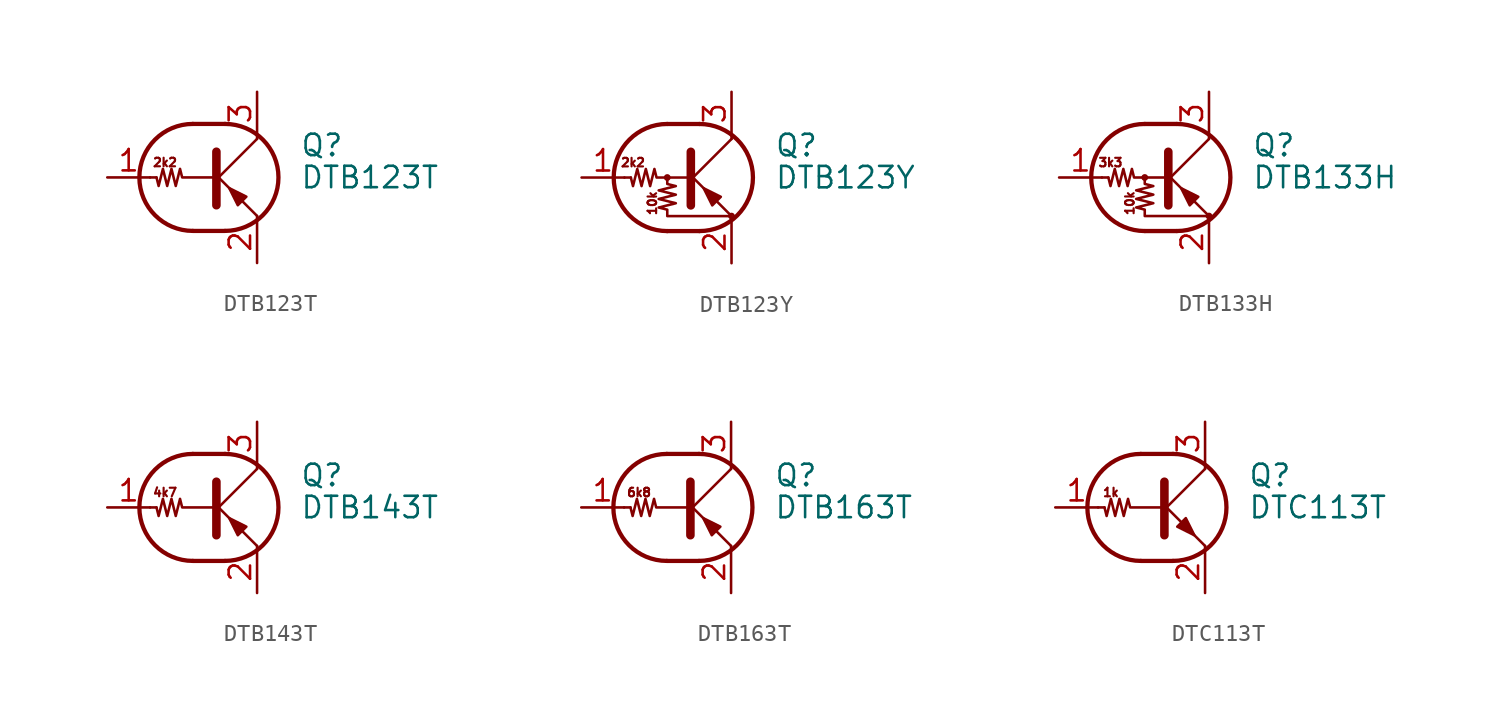
<source format=kicad_sym>
(kicad_symbol_lib
  (version 20201005)
  (generator kicad_symbol_editor)
  (symbol "Transistor_BJT:DTB123T"
    (pin_names
      (offset 0) hide)
    (property "Reference" "Q"
      (at 5.08 1.905 0)
      (effects (font (size 1.27 1.27)) (justify left)))
    (property "Value" "DTB123T"
      (at 5.08 0 0)
      (effects (font (size 1.27 1.27)) (justify left)))
    (symbol "DTB123T_0_0"
      (text "2k2" (at -2.921 0.889 0) (effects (font (size 0.508 0.508))))
      (polyline (pts (xy 2.54 -2.286) (xy 2.54 -2.54)) (stroke (width 0)) (fill (type none))))
    (symbol "DTB123T_0_1"
      (arc (start -1.27 3.175) (end -1.27 -3.175) (radius (at -1.27 0) (length 3.175) (angles 90.1 -90.1)) (stroke (width 0.254)) (fill (type none)))
      (arc (start 0.635 -3.175) (end 0.635 3.175) (radius (at 0.635 0) (length 3.175) (angles -89.9 89.9)) (stroke (width 0.254)) (fill (type none)))
      (polyline (pts (xy -3.429 0) (xy -3.81 0)) (stroke (width 0)) (fill (type none)))
      (polyline (pts (xy -1.27 -3.175) (xy 0.635 -3.175)) (stroke (width 0.254)) (fill (type none)))
      (polyline (pts (xy -1.27 3.175) (xy 0.635 3.175)) (stroke (width 0.254)) (fill (type none)))
      (polyline (pts (xy 0 -0.254) (xy 2.54 2.286)) (stroke (width 0)) (fill (type none)))
      (polyline (pts (xy 0.127 1.524) (xy 0.127 -1.651)) (stroke (width 0.508)) (fill (type outline)))
      (polyline (pts (xy 2.54 2.286) (xy 2.54 2.54)) (stroke (width 0)) (fill (type none)))
      (polyline (pts (xy 2.54 -2.286) (xy 0 0.254) (xy 0 0.254)) (stroke (width 0)) (fill (type none)))
      (polyline (pts (xy 1.397 -1.651) (xy 1.905 -1.143) (xy 0.889 -0.635) (xy 1.397 -1.651)) (stroke (width 0)) (fill (type outline)))
      (polyline (pts (xy 0 0) (xy -1.905 0) (xy -2.032 0.508) (xy -2.286 -0.508) (xy -2.54 0.508) (xy -2.794 -0.508) (xy -3.048 0.508) (xy -3.302 -0.508) (xy -3.429 0)) (stroke (width 0)) (fill (type none))))
    (symbol "DTB123T_1_1"
      (pin input line (at -6.35 0 0) (length 2.54) (name "B" (effects (font (size 1.27 1.27)))) (number "1" (effects (font (size 1.27 1.27)))))
      (pin passive line (at 2.54 -5.08 90) (length 2.54) (name "E" (effects (font (size 1.27 1.27)))) (number "2" (effects (font (size 1.27 1.27)))))
      (pin passive line (at 2.54 5.08 270) (length 2.54) (name "C" (effects (font (size 1.27 1.27)))) (number "3" (effects (font (size 1.27 1.27)))))))
  (symbol "Transistor_BJT:DTB123Y"
    (pin_names
      (offset 0) hide)
    (property "Reference" "Q"
      (at 5.08 1.905 0)
      (effects (font (size 1.27 1.27)) (justify left)))
    (property "Value" "DTB123Y"
      (at 5.08 0 0)
      (effects (font (size 1.27 1.27)) (justify left)))
    (symbol "DTB123Y_0_0"
      (text "10k" (at -2.159 -1.524 900) (effects (font (size 0.508 0.508))))
      (text "2k2" (at -3.302 0.889 0) (effects (font (size 0.508 0.508)))))
    (symbol "DTB123Y_0_1"
      (arc (start -1.27 3.175) (end -1.27 -3.175) (radius (at -1.27 0) (length 3.175) (angles 90.1 -90.1)) (stroke (width 0.254)) (fill (type none)))
      (arc (start 0.635 -3.175) (end 0.635 3.175) (radius (at 0.635 0) (length 3.175) (angles -89.9 89.9)) (stroke (width 0.254)) (fill (type none)))
      (circle (center -1.27 0) (radius 0.127) (stroke (width 0)) (fill (type none)))
      (circle (center 2.54 -2.286) (radius 0.127) (stroke (width 0)) (fill (type none)))
      (polyline (pts (xy -3.429 0) (xy -3.81 0)) (stroke (width 0)) (fill (type none)))
      (polyline (pts (xy -1.27 -3.175) (xy 0.635 -3.175)) (stroke (width 0.254)) (fill (type none)))
      (polyline (pts (xy -1.27 3.175) (xy 0.635 3.175)) (stroke (width 0.254)) (fill (type none)))
      (polyline (pts (xy 0 -0.254) (xy 2.54 2.286)) (stroke (width 0)) (fill (type none)))
      (polyline (pts (xy 0.127 1.524) (xy 0.127 -1.651)) (stroke (width 0.508)) (fill (type outline)))
      (polyline (pts (xy 2.54 2.286) (xy 2.54 2.54)) (stroke (width 0)) (fill (type none)))
      (polyline (pts (xy 2.54 -2.286) (xy 0 0.254) (xy 0 0.254)) (stroke (width 0)) (fill (type none)))
      (polyline (pts (xy 1.397 -1.651) (xy 1.905 -1.143) (xy 0.889 -0.635) (xy 1.397 -1.651)) (stroke (width 0)) (fill (type outline)))
      (polyline (pts (xy 0 0) (xy -1.905 0) (xy -2.032 0.508) (xy -2.286 -0.508) (xy -2.54 0.508) (xy -2.794 -0.508) (xy -3.048 0.508) (xy -3.302 -0.508) (xy -3.429 0)) (stroke (width 0)) (fill (type none)))
      (polyline (pts (xy -1.27 0) (xy -1.27 -0.381) (xy -0.762 -0.508) (xy -1.778 -0.762) (xy -0.762 -1.016) (xy -1.778 -1.27) (xy -0.762 -1.524) (xy -1.778 -1.778) (xy -1.27 -1.905) (xy -1.27 -2.286) (xy 2.54 -2.286)) (stroke (width 0)) (fill (type none))))
    (symbol "DTB123Y_1_1"
      (pin input line (at -6.35 0 0) (length 2.54) (name "B" (effects (font (size 1.27 1.27)))) (number "1" (effects (font (size 1.27 1.27)))))
      (pin passive line (at 2.54 -5.08 90) (length 2.54) (name "E" (effects (font (size 1.27 1.27)))) (number "2" (effects (font (size 1.27 1.27)))))
      (pin passive line (at 2.54 5.08 270) (length 2.54) (name "C" (effects (font (size 1.27 1.27)))) (number "3" (effects (font (size 1.27 1.27)))))))
  (symbol "Transistor_BJT:DTB133H"
    (pin_names
      (offset 0) hide)
    (property "Reference" "Q"
      (at 5.08 1.905 0)
      (effects (font (size 1.27 1.27)) (justify left)))
    (property "Value" "DTB133H"
      (at 5.08 0 0)
      (effects (font (size 1.27 1.27)) (justify left)))
    (symbol "DTB133H_0_0"
      (text "10k" (at -2.159 -1.524 900) (effects (font (size 0.508 0.508))))
      (text "3k3" (at -3.302 0.889 0) (effects (font (size 0.508 0.508)))))
    (symbol "DTB133H_0_1"
      (arc (start -1.27 3.175) (end -1.27 -3.175) (radius (at -1.27 0) (length 3.175) (angles 90.1 -90.1)) (stroke (width 0.254)) (fill (type none)))
      (arc (start 0.635 -3.175) (end 0.635 3.175) (radius (at 0.635 0) (length 3.175) (angles -89.9 89.9)) (stroke (width 0.254)) (fill (type none)))
      (circle (center -1.27 0) (radius 0.127) (stroke (width 0)) (fill (type none)))
      (circle (center 2.54 -2.286) (radius 0.127) (stroke (width 0)) (fill (type none)))
      (polyline (pts (xy -3.429 0) (xy -3.81 0)) (stroke (width 0)) (fill (type none)))
      (polyline (pts (xy -1.27 -3.175) (xy 0.635 -3.175)) (stroke (width 0.254)) (fill (type none)))
      (polyline (pts (xy -1.27 3.175) (xy 0.635 3.175)) (stroke (width 0.254)) (fill (type none)))
      (polyline (pts (xy 0 -0.254) (xy 2.54 2.286)) (stroke (width 0)) (fill (type none)))
      (polyline (pts (xy 0.127 1.524) (xy 0.127 -1.651)) (stroke (width 0.508)) (fill (type outline)))
      (polyline (pts (xy 2.54 2.286) (xy 2.54 2.54)) (stroke (width 0)) (fill (type none)))
      (polyline (pts (xy 2.54 -2.286) (xy 0 0.254) (xy 0 0.254)) (stroke (width 0)) (fill (type none)))
      (polyline (pts (xy 1.397 -1.651) (xy 1.905 -1.143) (xy 0.889 -0.635) (xy 1.397 -1.651)) (stroke (width 0)) (fill (type outline)))
      (polyline (pts (xy 0 0) (xy -1.905 0) (xy -2.032 0.508) (xy -2.286 -0.508) (xy -2.54 0.508) (xy -2.794 -0.508) (xy -3.048 0.508) (xy -3.302 -0.508) (xy -3.429 0)) (stroke (width 0)) (fill (type none)))
      (polyline (pts (xy -1.27 0) (xy -1.27 -0.381) (xy -0.762 -0.508) (xy -1.778 -0.762) (xy -0.762 -1.016) (xy -1.778 -1.27) (xy -0.762 -1.524) (xy -1.778 -1.778) (xy -1.27 -1.905) (xy -1.27 -2.286) (xy 2.54 -2.286)) (stroke (width 0)) (fill (type none))))
    (symbol "DTB133H_1_1"
      (pin input line (at -6.35 0 0) (length 2.54) (name "B" (effects (font (size 1.27 1.27)))) (number "1" (effects (font (size 1.27 1.27)))))
      (pin passive line (at 2.54 -5.08 90) (length 2.54) (name "E" (effects (font (size 1.27 1.27)))) (number "2" (effects (font (size 1.27 1.27)))))
      (pin passive line (at 2.54 5.08 270) (length 2.54) (name "C" (effects (font (size 1.27 1.27)))) (number "3" (effects (font (size 1.27 1.27)))))))
  (symbol "Transistor_BJT:DTB143T"
    (pin_names
      (offset 0) hide)
    (property "Reference" "Q"
      (at 5.08 1.905 0)
      (effects (font (size 1.27 1.27)) (justify left)))
    (property "Value" "DTB143T"
      (at 5.08 0 0)
      (effects (font (size 1.27 1.27)) (justify left)))
    (symbol "DTB143T_0_0"
      (text "4k7" (at -2.921 0.889 0) (effects (font (size 0.508 0.508))))
      (polyline (pts (xy 2.54 -2.286) (xy 2.54 -2.54)) (stroke (width 0)) (fill (type none))))
    (symbol "DTB143T_0_1"
      (arc (start -1.27 3.175) (end -1.27 -3.175) (radius (at -1.27 0) (length 3.175) (angles 90.1 -90.1)) (stroke (width 0.254)) (fill (type none)))
      (arc (start 0.635 -3.175) (end 0.635 3.175) (radius (at 0.635 0) (length 3.175) (angles -89.9 89.9)) (stroke (width 0.254)) (fill (type none)))
      (polyline (pts (xy -3.429 0) (xy -3.81 0)) (stroke (width 0)) (fill (type none)))
      (polyline (pts (xy -1.27 -3.175) (xy 0.635 -3.175)) (stroke (width 0.254)) (fill (type none)))
      (polyline (pts (xy -1.27 3.175) (xy 0.635 3.175)) (stroke (width 0.254)) (fill (type none)))
      (polyline (pts (xy 0 -0.254) (xy 2.54 2.286)) (stroke (width 0)) (fill (type none)))
      (polyline (pts (xy 0.127 1.524) (xy 0.127 -1.651)) (stroke (width 0.508)) (fill (type outline)))
      (polyline (pts (xy 2.54 2.286) (xy 2.54 2.54)) (stroke (width 0)) (fill (type none)))
      (polyline (pts (xy 2.54 -2.286) (xy 0 0.254) (xy 0 0.254)) (stroke (width 0)) (fill (type none)))
      (polyline (pts (xy 1.397 -1.651) (xy 1.905 -1.143) (xy 0.889 -0.635) (xy 1.397 -1.651)) (stroke (width 0)) (fill (type outline)))
      (polyline (pts (xy 0 0) (xy -1.905 0) (xy -2.032 0.508) (xy -2.286 -0.508) (xy -2.54 0.508) (xy -2.794 -0.508) (xy -3.048 0.508) (xy -3.302 -0.508) (xy -3.429 0)) (stroke (width 0)) (fill (type none))))
    (symbol "DTB143T_1_1"
      (pin input line (at -6.35 0 0) (length 2.54) (name "B" (effects (font (size 1.27 1.27)))) (number "1" (effects (font (size 1.27 1.27)))))
      (pin passive line (at 2.54 -5.08 90) (length 2.54) (name "E" (effects (font (size 1.27 1.27)))) (number "2" (effects (font (size 1.27 1.27)))))
      (pin passive line (at 2.54 5.08 270) (length 2.54) (name "C" (effects (font (size 1.27 1.27)))) (number "3" (effects (font (size 1.27 1.27)))))))
  (symbol "Transistor_BJT:DTB163T"
    (pin_names
      (offset 0) hide)
    (property "Reference" "Q"
      (at 5.08 1.905 0)
      (effects (font (size 1.27 1.27)) (justify left)))
    (property "Value" "DTB163T"
      (at 5.08 0 0)
      (effects (font (size 1.27 1.27)) (justify left)))
    (symbol "DTB163T_0_0"
      (text "6k8" (at -2.921 0.889 0) (effects (font (size 0.508 0.508))))
      (polyline (pts (xy 2.54 -2.286) (xy 2.54 -2.54)) (stroke (width 0)) (fill (type none))))
    (symbol "DTB163T_0_1"
      (arc (start -1.27 3.175) (end -1.27 -3.175) (radius (at -1.27 0) (length 3.175) (angles 90.1 -90.1)) (stroke (width 0.254)) (fill (type none)))
      (arc (start 0.635 -3.175) (end 0.635 3.175) (radius (at 0.635 0) (length 3.175) (angles -89.9 89.9)) (stroke (width 0.254)) (fill (type none)))
      (polyline (pts (xy -3.429 0) (xy -3.81 0)) (stroke (width 0)) (fill (type none)))
      (polyline (pts (xy -1.27 -3.175) (xy 0.635 -3.175)) (stroke (width 0.254)) (fill (type none)))
      (polyline (pts (xy -1.27 3.175) (xy 0.635 3.175)) (stroke (width 0.254)) (fill (type none)))
      (polyline (pts (xy 0 -0.254) (xy 2.54 2.286)) (stroke (width 0)) (fill (type none)))
      (polyline (pts (xy 0.127 1.524) (xy 0.127 -1.651)) (stroke (width 0.508)) (fill (type outline)))
      (polyline (pts (xy 2.54 2.286) (xy 2.54 2.54)) (stroke (width 0)) (fill (type none)))
      (polyline (pts (xy 2.54 -2.286) (xy 0 0.254) (xy 0 0.254)) (stroke (width 0)) (fill (type none)))
      (polyline (pts (xy 1.397 -1.651) (xy 1.905 -1.143) (xy 0.889 -0.635) (xy 1.397 -1.651)) (stroke (width 0)) (fill (type outline)))
      (polyline (pts (xy 0 0) (xy -1.905 0) (xy -2.032 0.508) (xy -2.286 -0.508) (xy -2.54 0.508) (xy -2.794 -0.508) (xy -3.048 0.508) (xy -3.302 -0.508) (xy -3.429 0)) (stroke (width 0)) (fill (type none))))
    (symbol "DTB163T_1_1"
      (pin input line (at -6.35 0 0) (length 2.54) (name "B" (effects (font (size 1.27 1.27)))) (number "1" (effects (font (size 1.27 1.27)))))
      (pin passive line (at 2.54 -5.08 90) (length 2.54) (name "E" (effects (font (size 1.27 1.27)))) (number "2" (effects (font (size 1.27 1.27)))))
      (pin passive line (at 2.54 5.08 270) (length 2.54) (name "C" (effects (font (size 1.27 1.27)))) (number "3" (effects (font (size 1.27 1.27)))))))
  (symbol "Transistor_BJT:DTC113T"
    (pin_names
      (offset 0) hide)
    (property "Reference" "Q"
      (at 5.08 1.905 0)
      (effects (font (size 1.27 1.27)) (justify left)))
    (property "Value" "DTC113T"
      (at 5.08 0 0)
      (effects (font (size 1.27 1.27)) (justify left)))
    (symbol "DTC113T_0_0"
      (text "1k" (at -3.048 0.889 0) (effects (font (size 0.508 0.508))))
      (polyline (pts (xy 2.54 -2.286) (xy 2.54 -2.54)) (stroke (width 0)) (fill (type none))))
    (symbol "DTC113T_0_1"
      (arc (start -1.27 3.175) (end -1.27 -3.175) (radius (at -1.27 0) (length 3.175) (angles 90.1 -90.1)) (stroke (width 0.254)) (fill (type none)))
      (arc (start 0.635 -3.175) (end 0.635 3.175) (radius (at 0.635 0) (length 3.175) (angles -89.9 89.9)) (stroke (width 0.254)) (fill (type none)))
      (polyline (pts (xy -3.429 0) (xy -3.81 0)) (stroke (width 0)) (fill (type none)))
      (polyline (pts (xy -1.27 -3.175) (xy 0.635 -3.175)) (stroke (width 0.254)) (fill (type none)))
      (polyline (pts (xy -1.27 3.175) (xy 0.635 3.175)) (stroke (width 0.254)) (fill (type none)))
      (polyline (pts (xy 0 -0.254) (xy 2.54 2.286)) (stroke (width 0)) (fill (type none)))
      (polyline (pts (xy 0.127 1.524) (xy 0.127 -1.651)) (stroke (width 0.508)) (fill (type outline)))
      (polyline (pts (xy 2.54 2.286) (xy 2.54 2.54)) (stroke (width 0)) (fill (type none)))
      (polyline (pts (xy 2.54 -2.286) (xy 0 0.254) (xy 0 0.254)) (stroke (width 0)) (fill (type none)))
      (polyline (pts (xy 0.889 -1.143) (xy 1.397 -0.635) (xy 1.905 -1.651) (xy 0.889 -1.143)) (stroke (width 0)) (fill (type outline)))
      (polyline (pts (xy 0 0) (xy -1.905 0) (xy -2.032 0.508) (xy -2.286 -0.508) (xy -2.54 0.508) (xy -2.794 -0.508) (xy -3.048 0.508) (xy -3.302 -0.508) (xy -3.429 0)) (stroke (width 0)) (fill (type none))))
    (symbol "DTC113T_1_1"
      (pin input line (at -6.35 0 0) (length 2.54) (name "B" (effects (font (size 1.27 1.27)))) (number "1" (effects (font (size 1.27 1.27)))))
      (pin passive line (at 2.54 -5.08 90) (length 2.54) (name "E" (effects (font (size 1.27 1.27)))) (number "2" (effects (font (size 1.27 1.27)))))
      (pin passive line (at 2.54 5.08 270) (length 2.54) (name "C" (effects (font (size 1.27 1.27)))) (number "3" (effects (font (size 1.27 1.27))))))))
</source>
